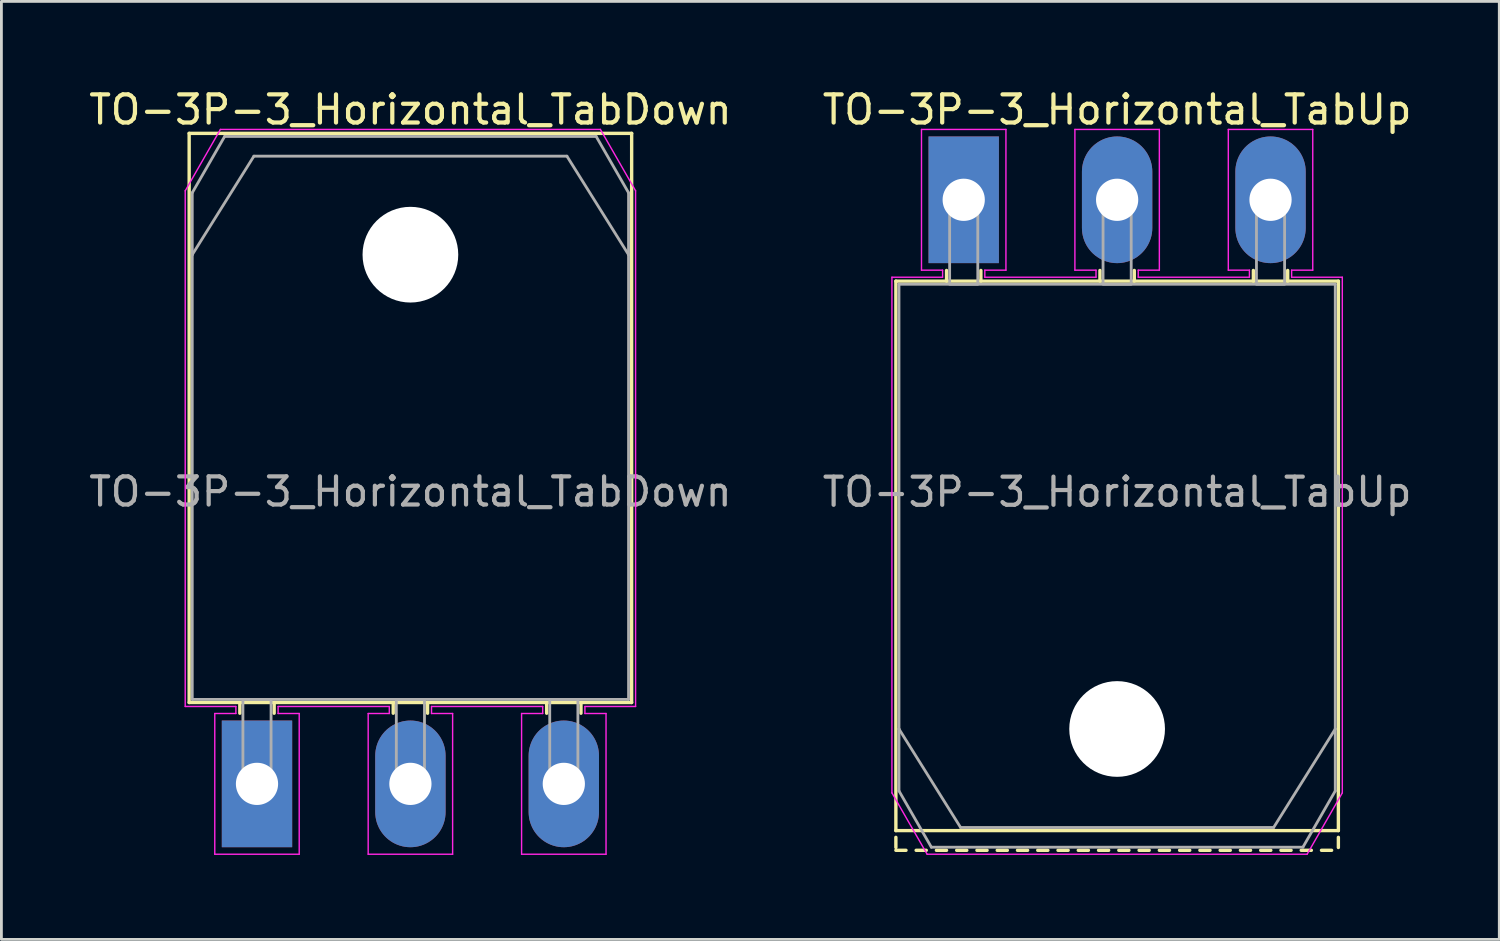
<source format=kicad_pcb>
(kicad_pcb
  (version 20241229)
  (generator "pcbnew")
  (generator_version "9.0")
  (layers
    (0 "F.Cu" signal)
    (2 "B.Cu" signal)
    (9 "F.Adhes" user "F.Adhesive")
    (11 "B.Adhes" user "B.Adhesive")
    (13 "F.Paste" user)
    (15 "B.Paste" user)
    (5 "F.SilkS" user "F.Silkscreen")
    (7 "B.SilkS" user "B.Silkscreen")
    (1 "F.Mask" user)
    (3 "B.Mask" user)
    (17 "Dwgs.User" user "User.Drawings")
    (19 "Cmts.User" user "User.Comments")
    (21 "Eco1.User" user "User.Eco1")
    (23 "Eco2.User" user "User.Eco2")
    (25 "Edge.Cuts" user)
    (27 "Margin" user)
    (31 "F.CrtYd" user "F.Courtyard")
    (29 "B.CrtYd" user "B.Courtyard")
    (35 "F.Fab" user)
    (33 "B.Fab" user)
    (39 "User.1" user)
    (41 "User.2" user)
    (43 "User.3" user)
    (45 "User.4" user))
  (footprint "TO-3P-3_Horizontal_TabUp"
    (layer "F.Cu")
    (at 31.187 4.048)
    (property "Reference" "TO-3P-3_Horizontal_TabUp" (at 5.45 -3.2 0) (layer "F.SilkS") (effects (font (size 1 1) (thickness 0.15))))
    (attr through_hole)
    (fp_line (start -2.41 2.89) (end -2.41 22.41) (stroke (width 0.12) (type solid)) (layer "F.SilkS"))
    (fp_line (start -2.41 2.89) (end 13.31 2.89) (stroke (width 0.12) (type solid)) (layer "F.SilkS"))
    (fp_line (start -2.41 22.41) (end 13.31 22.41) (stroke (width 0.12) (type solid)) (layer "F.SilkS"))
    (fp_line (start -2.41 22.65) (end -2.41 23.01) (stroke (width 0.12) (type solid)) (layer "F.SilkS"))
    (fp_line (start -2.41 23.11) (end -2.05 23.11) (stroke (width 0.12) (type solid)) (layer "F.SilkS"))
    (fp_line (start -1.69 23.11) (end -1.33 23.11) (stroke (width 0.12) (type solid)) (layer "F.SilkS"))
    (fp_line (start -0.97 23.11) (end -0.61 23.11) (stroke (width 0.12) (type solid)) (layer "F.SilkS"))
    (fp_line (start -0.61 2.89) (end -0.61 2.51) (stroke (width 0.12) (type solid)) (layer "F.SilkS"))
    (fp_line (start -0.25 23.11) (end 0.11 23.11) (stroke (width 0.12) (type solid)) (layer "F.SilkS"))
    (fp_line (start 0.47 23.11) (end 0.83 23.11) (stroke (width 0.12) (type solid)) (layer "F.SilkS"))
    (fp_line (start 0.61 2.89) (end 0.61 2.51) (stroke (width 0.12) (type solid)) (layer "F.SilkS"))
    (fp_line (start 1.19 23.11) (end 1.55 23.11) (stroke (width 0.12) (type solid)) (layer "F.SilkS"))
    (fp_line (start 1.91 23.11) (end 2.27 23.11) (stroke (width 0.12) (type solid)) (layer "F.SilkS"))
    (fp_line (start 2.63 23.11) (end 2.99 23.11) (stroke (width 0.12) (type solid)) (layer "F.SilkS"))
    (fp_line (start 3.35 23.11) (end 3.71 23.11) (stroke (width 0.12) (type solid)) (layer "F.SilkS"))
    (fp_line (start 4.07 23.11) (end 4.43 23.11) (stroke (width 0.12) (type solid)) (layer "F.SilkS"))
    (fp_line (start 4.79 23.11) (end 5.15 23.11) (stroke (width 0.12) (type solid)) (layer "F.SilkS"))
    (fp_line (start 4.84 2.89) (end 4.84 2.51) (stroke (width 0.12) (type solid)) (layer "F.SilkS"))
    (fp_line (start 5.51 23.11) (end 5.87 23.11) (stroke (width 0.12) (type solid)) (layer "F.SilkS"))
    (fp_line (start 6.06 2.89) (end 6.06 2.51) (stroke (width 0.12) (type solid)) (layer "F.SilkS"))
    (fp_line (start 6.23 23.11) (end 6.59 23.11) (stroke (width 0.12) (type solid)) (layer "F.SilkS"))
    (fp_line (start 6.95 23.11) (end 7.31 23.11) (stroke (width 0.12) (type solid)) (layer "F.SilkS"))
    (fp_line (start 7.67 23.11) (end 8.03 23.11) (stroke (width 0.12) (type solid)) (layer "F.SilkS"))
    (fp_line (start 8.39 23.11) (end 8.75 23.11) (stroke (width 0.12) (type solid)) (layer "F.SilkS"))
    (fp_line (start 9.11 23.11) (end 9.47 23.11) (stroke (width 0.12) (type solid)) (layer "F.SilkS"))
    (fp_line (start 9.83 23.11) (end 10.19 23.11) (stroke (width 0.12) (type solid)) (layer "F.SilkS"))
    (fp_line (start 10.29 2.89) (end 10.29 2.51) (stroke (width 0.12) (type solid)) (layer "F.SilkS"))
    (fp_line (start 10.55 23.11) (end 10.91 23.11) (stroke (width 0.12) (type solid)) (layer "F.SilkS"))
    (fp_line (start 11.27 23.11) (end 11.63 23.11) (stroke (width 0.12) (type solid)) (layer "F.SilkS"))
    (fp_line (start 11.51 2.89) (end 11.51 2.51) (stroke (width 0.12) (type solid)) (layer "F.SilkS"))
    (fp_line (start 11.99 23.11) (end 12.35 23.11) (stroke (width 0.12) (type solid)) (layer "F.SilkS"))
    (fp_line (start 12.71 23.11) (end 13.07 23.11) (stroke (width 0.12) (type solid)) (layer "F.SilkS"))
    (fp_line (start 13.31 2.89) (end 13.31 22.41) (stroke (width 0.12) (type solid)) (layer "F.SilkS"))
    (fp_line (start 13.31 22.65) (end 13.31 23.01) (stroke (width 0.12) (type solid)) (layer "F.SilkS"))
    (fp_line (start -2.55 2.75) (end -0.75 2.75) (stroke (width 0.05) (type solid)) (layer "F.CrtYd"))
    (fp_line (start -2.55 21.07) (end -2.55 2.75) (stroke (width 0.05) (type solid)) (layer "F.CrtYd"))
    (fp_line (start -1.5 -2.5) (end 1.5 -2.5) (stroke (width 0.05) (type solid)) (layer "F.CrtYd"))
    (fp_line (start -1.5 2.5) (end -1.5 -2.5) (stroke (width 0.05) (type solid)) (layer "F.CrtYd"))
    (fp_line (start -1.3 23.25) (end -2.55 21.07) (stroke (width 0.05) (type solid)) (layer "F.CrtYd"))
    (fp_line (start -0.75 2.5) (end -1.5 2.5) (stroke (width 0.05) (type solid)) (layer "F.CrtYd"))
    (fp_line (start -0.75 2.75) (end -0.75 2.5) (stroke (width 0.05) (type solid)) (layer "F.CrtYd"))
    (fp_line (start 0.75 2.5) (end 0.75 2.75) (stroke (width 0.05) (type solid)) (layer "F.CrtYd"))
    (fp_line (start 0.75 2.75) (end 4.7 2.75) (stroke (width 0.05) (type solid)) (layer "F.CrtYd"))
    (fp_line (start 1.5 -2.5) (end 1.5 2.5) (stroke (width 0.05) (type solid)) (layer "F.CrtYd"))
    (fp_line (start 1.5 2.5) (end 0.75 2.5) (stroke (width 0.05) (type solid)) (layer "F.CrtYd"))
    (fp_line (start 3.95 -2.5) (end 6.95 -2.5) (stroke (width 0.05) (type solid)) (layer "F.CrtYd"))
    (fp_line (start 3.95 2.5) (end 3.95 -2.5) (stroke (width 0.05) (type solid)) (layer "F.CrtYd"))
    (fp_line (start 4.7 2.5) (end 3.95 2.5) (stroke (width 0.05) (type solid)) (layer "F.CrtYd"))
    (fp_line (start 4.7 2.75) (end 4.7 2.5) (stroke (width 0.05) (type solid)) (layer "F.CrtYd"))
    (fp_line (start 6.2 2.5) (end 6.2 2.75) (stroke (width 0.05) (type solid)) (layer "F.CrtYd"))
    (fp_line (start 6.2 2.75) (end 10.15 2.75) (stroke (width 0.05) (type solid)) (layer "F.CrtYd"))
    (fp_line (start 6.95 -2.5) (end 6.95 2.5) (stroke (width 0.05) (type solid)) (layer "F.CrtYd"))
    (fp_line (start 6.95 2.5) (end 6.2 2.5) (stroke (width 0.05) (type solid)) (layer "F.CrtYd"))
    (fp_line (start 9.4 -2.5) (end 12.4 -2.5) (stroke (width 0.05) (type solid)) (layer "F.CrtYd"))
    (fp_line (start 9.4 2.5) (end 9.4 -2.5) (stroke (width 0.05) (type solid)) (layer "F.CrtYd"))
    (fp_line (start 10.15 2.5) (end 9.4 2.5) (stroke (width 0.05) (type solid)) (layer "F.CrtYd"))
    (fp_line (start 10.15 2.75) (end 10.15 2.5) (stroke (width 0.05) (type solid)) (layer "F.CrtYd"))
    (fp_line (start 11.65 2.5) (end 11.65 2.75) (stroke (width 0.05) (type solid)) (layer "F.CrtYd"))
    (fp_line (start 11.65 2.75) (end 13.45 2.75) (stroke (width 0.05) (type solid)) (layer "F.CrtYd"))
    (fp_line (start 12.2 23.25) (end -1.3 23.25) (stroke (width 0.05) (type solid)) (layer "F.CrtYd"))
    (fp_line (start 12.4 -2.5) (end 12.4 2.5) (stroke (width 0.05) (type solid)) (layer "F.CrtYd"))
    (fp_line (start 12.4 2.5) (end 11.65 2.5) (stroke (width 0.05) (type solid)) (layer "F.CrtYd"))
    (fp_line (start 13.45 2.75) (end 13.45 21.07) (stroke (width 0.05) (type solid)) (layer "F.CrtYd"))
    (fp_line (start 13.45 21.07) (end 12.2 23.25) (stroke (width 0.05) (type solid)) (layer "F.CrtYd"))
    (fp_line (start -2.3 3) (end -2.3 18.8) (stroke (width 0.1) (type solid)) (layer "F.Fab"))
    (fp_line (start -2.3 18.8) (end -2.3 21) (stroke (width 0.1) (type solid)) (layer "F.Fab"))
    (fp_line (start -2.3 18.8) (end -0.11 22.3) (stroke (width 0.1) (type solid)) (layer "F.Fab"))
    (fp_line (start -2.3 21) (end -1.15 23) (stroke (width 0.1) (type solid)) (layer "F.Fab"))
    (fp_line (start -1.15 23) (end 12.05 23) (stroke (width 0.1) (type solid)) (layer "F.Fab"))
    (fp_line (start -0.11 22.3) (end 11.01 22.3) (stroke (width 0.1) (type solid)) (layer "F.Fab"))
    (fp_line (start 11.01 22.3) (end 13.2 18.8) (stroke (width 0.1) (type solid)) (layer "F.Fab"))
    (fp_line (start 12.05 23) (end 13.2 21) (stroke (width 0.1) (type solid)) (layer "F.Fab"))
    (fp_line (start 13.2 3) (end -2.3 3) (stroke (width 0.1) (type solid)) (layer "F.Fab"))
    (fp_line (start 13.2 18.8) (end 13.2 3) (stroke (width 0.1) (type solid)) (layer "F.Fab"))
    (fp_line (start 13.2 21) (end 13.2 18.8) (stroke (width 0.1) (type solid)) (layer "F.Fab"))
    (fp_rect (start -0.5 0) (end 0.5 3) (stroke (width 0.1) (type solid)) (fill no) (layer "F.Fab"))
    (fp_rect (start 4.95 0) (end 5.95 3) (stroke (width 0.1) (type solid)) (fill no) (layer "F.Fab"))
    (fp_rect (start 10.4 0) (end 11.4 3) (stroke (width 0.1) (type solid)) (fill no) (layer "F.Fab"))
    (fp_circle (center 5.45 18.8) (end 7.05 18.8) (stroke (width 0.1) (type solid)) (fill no) (layer "F.Fab"))
    (fp_text user "${REFERENCE}" (at 5.45 10.38 0) (layer "F.Fab") (effects (font (size 1 1) (thickness 0.15))))
    (pad "" np_thru_hole circle (at 5.45 18.8) (size 3.4 3.4) (drill 3.4) (layers "*.Cu" "*.Mask"))
    (pad "1" thru_hole rect (at 0 0) (size 2.5 4.5) (drill 1.5) (layers "*.Cu" "*.Mask"))
    (pad "2" thru_hole oval (at 5.45 0) (size 2.5 4.5) (drill 1.5) (layers "*.Cu" "*.Mask"))
    (pad "3" thru_hole oval (at 10.9 0) (size 2.5 4.5) (drill 1.5) (layers "*.Cu" "*.Mask")))
  (footprint "TO-3P-3_Horizontal_TabDown"
    (layer "F.Cu")
    (at 6.08 24.798)
    (property "Reference" "TO-3P-3_Horizontal_TabDown" (at 5.45 -23.95 0) (layer "F.SilkS") (effects (font (size 1 1) (thickness 0.15))))
    (attr through_hole)
    (fp_line (start -2.41 -23.11) (end 13.31 -23.11) (stroke (width 0.12) (type solid)) (layer "F.SilkS"))
    (fp_line (start -2.41 -2.89) (end -2.41 -23.11) (stroke (width 0.12) (type solid)) (layer "F.SilkS"))
    (fp_line (start -2.41 -2.89) (end 13.31 -2.89) (stroke (width 0.12) (type solid)) (layer "F.SilkS"))
    (fp_line (start -0.61 -2.89) (end -0.61 -2.51) (stroke (width 0.12) (type solid)) (layer "F.SilkS"))
    (fp_line (start 0.61 -2.89) (end 0.61 -2.51) (stroke (width 0.12) (type solid)) (layer "F.SilkS"))
    (fp_line (start 4.84 -2.89) (end 4.84 -2.51) (stroke (width 0.12) (type solid)) (layer "F.SilkS"))
    (fp_line (start 6.06 -2.89) (end 6.06 -2.51) (stroke (width 0.12) (type solid)) (layer "F.SilkS"))
    (fp_line (start 10.29 -2.89) (end 10.29 -2.51) (stroke (width 0.12) (type solid)) (layer "F.SilkS"))
    (fp_line (start 11.51 -2.89) (end 11.51 -2.51) (stroke (width 0.12) (type solid)) (layer "F.SilkS"))
    (fp_line (start 13.31 -2.89) (end 13.31 -23.11) (stroke (width 0.12) (type solid)) (layer "F.SilkS"))
    (fp_line (start -2.55 -21.07) (end -1.3 -23.25) (stroke (width 0.05) (type solid)) (layer "F.CrtYd"))
    (fp_line (start -2.55 -2.75) (end -2.55 -21.07) (stroke (width 0.05) (type solid)) (layer "F.CrtYd"))
    (fp_line (start -1.5 -2.5) (end -0.75 -2.5) (stroke (width 0.05) (type solid)) (layer "F.CrtYd"))
    (fp_line (start -1.5 2.5) (end -1.5 -2.5) (stroke (width 0.05) (type solid)) (layer "F.CrtYd"))
    (fp_line (start -1.3 -23.25) (end 12.2 -23.25) (stroke (width 0.05) (type solid)) (layer "F.CrtYd"))
    (fp_line (start -0.75 -2.75) (end -2.55 -2.75) (stroke (width 0.05) (type solid)) (layer "F.CrtYd"))
    (fp_line (start -0.75 -2.5) (end -0.75 -2.75) (stroke (width 0.05) (type solid)) (layer "F.CrtYd"))
    (fp_line (start 0.75 -2.75) (end 0.75 -2.5) (stroke (width 0.05) (type solid)) (layer "F.CrtYd"))
    (fp_line (start 0.75 -2.5) (end 1.5 -2.5) (stroke (width 0.05) (type solid)) (layer "F.CrtYd"))
    (fp_line (start 1.5 -2.5) (end 1.5 2.5) (stroke (width 0.05) (type solid)) (layer "F.CrtYd"))
    (fp_line (start 1.5 2.5) (end -1.5 2.5) (stroke (width 0.05) (type solid)) (layer "F.CrtYd"))
    (fp_line (start 3.95 -2.5) (end 4.7 -2.5) (stroke (width 0.05) (type solid)) (layer "F.CrtYd"))
    (fp_line (start 3.95 2.5) (end 3.95 -2.5) (stroke (width 0.05) (type solid)) (layer "F.CrtYd"))
    (fp_line (start 4.7 -2.75) (end 0.75 -2.75) (stroke (width 0.05) (type solid)) (layer "F.CrtYd"))
    (fp_line (start 4.7 -2.5) (end 4.7 -2.75) (stroke (width 0.05) (type solid)) (layer "F.CrtYd"))
    (fp_line (start 6.2 -2.75) (end 6.2 -2.5) (stroke (width 0.05) (type solid)) (layer "F.CrtYd"))
    (fp_line (start 6.2 -2.5) (end 6.95 -2.5) (stroke (width 0.05) (type solid)) (layer "F.CrtYd"))
    (fp_line (start 6.95 -2.5) (end 6.95 2.5) (stroke (width 0.05) (type solid)) (layer "F.CrtYd"))
    (fp_line (start 6.95 2.5) (end 3.95 2.5) (stroke (width 0.05) (type solid)) (layer "F.CrtYd"))
    (fp_line (start 9.4 -2.5) (end 10.15 -2.5) (stroke (width 0.05) (type solid)) (layer "F.CrtYd"))
    (fp_line (start 9.4 2.5) (end 9.4 -2.5) (stroke (width 0.05) (type solid)) (layer "F.CrtYd"))
    (fp_line (start 10.15 -2.75) (end 6.2 -2.75) (stroke (width 0.05) (type solid)) (layer "F.CrtYd"))
    (fp_line (start 10.15 -2.5) (end 10.15 -2.75) (stroke (width 0.05) (type solid)) (layer "F.CrtYd"))
    (fp_line (start 11.65 -2.75) (end 11.65 -2.5) (stroke (width 0.05) (type solid)) (layer "F.CrtYd"))
    (fp_line (start 11.65 -2.5) (end 12.4 -2.5) (stroke (width 0.05) (type solid)) (layer "F.CrtYd"))
    (fp_line (start 12.2 -23.25) (end 13.45 -21.07) (stroke (width 0.05) (type solid)) (layer "F.CrtYd"))
    (fp_line (start 12.4 -2.5) (end 12.4 2.5) (stroke (width 0.05) (type solid)) (layer "F.CrtYd"))
    (fp_line (start 12.4 2.5) (end 9.4 2.5) (stroke (width 0.05) (type solid)) (layer "F.CrtYd"))
    (fp_line (start 13.45 -21.07) (end 13.45 -2.75) (stroke (width 0.05) (type solid)) (layer "F.CrtYd"))
    (fp_line (start 13.45 -2.75) (end 11.65 -2.75) (stroke (width 0.05) (type solid)) (layer "F.CrtYd"))
    (fp_line (start -2.3 -21) (end -1.15 -23) (stroke (width 0.1) (type solid)) (layer "F.Fab"))
    (fp_line (start -2.3 -18.8) (end -2.3 -21) (stroke (width 0.1) (type solid)) (layer "F.Fab"))
    (fp_line (start -2.3 -18.8) (end -0.11 -22.3) (stroke (width 0.1) (type solid)) (layer "F.Fab"))
    (fp_line (start -2.3 -3) (end -2.3 -18.8) (stroke (width 0.1) (type solid)) (layer "F.Fab"))
    (fp_line (start -1.15 -23) (end 12.05 -23) (stroke (width 0.1) (type solid)) (layer "F.Fab"))
    (fp_line (start -0.11 -22.3) (end 11.01 -22.3) (stroke (width 0.1) (type solid)) (layer "F.Fab"))
    (fp_line (start 11.01 -22.3) (end 13.2 -18.8) (stroke (width 0.1) (type solid)) (layer "F.Fab"))
    (fp_line (start 12.05 -23) (end 13.2 -21) (stroke (width 0.1) (type solid)) (layer "F.Fab"))
    (fp_line (start 13.2 -21) (end 13.2 -18.8) (stroke (width 0.1) (type solid)) (layer "F.Fab"))
    (fp_line (start 13.2 -18.8) (end 13.2 -3) (stroke (width 0.1) (type solid)) (layer "F.Fab"))
    (fp_line (start 13.2 -3) (end -2.3 -3) (stroke (width 0.1) (type solid)) (layer "F.Fab"))
    (fp_rect (start -0.5 -3) (end 0.5 0) (stroke (width 0.1) (type solid)) (fill no) (layer "F.Fab"))
    (fp_rect (start 4.95 -3) (end 5.95 0) (stroke (width 0.1) (type solid)) (fill no) (layer "F.Fab"))
    (fp_rect (start 10.4 -3) (end 11.4 0) (stroke (width 0.1) (type solid)) (fill no) (layer "F.Fab"))
    (fp_circle (center 5.45 -18.8) (end 7.05 -18.8) (stroke (width 0.1) (type solid)) (fill no) (layer "F.Fab"))
    (fp_text user "${REFERENCE}" (at 5.45 -10.38 0) (layer "F.Fab") (effects (font (size 1 1) (thickness 0.15))))
    (pad "" np_thru_hole circle (at 5.45 -18.8) (size 3.4 3.4) (drill 3.4) (layers "*.Cu" "*.Mask"))
    (pad "1" thru_hole rect (at 0 0) (size 2.5 4.5) (drill 1.5) (layers "*.Cu" "*.Mask"))
    (pad "2" thru_hole oval (at 5.45 0) (size 2.5 4.5) (drill 1.5) (layers "*.Cu" "*.Mask"))
    (pad "3" thru_hole oval (at 10.9 0) (size 2.5 4.5) (drill 1.5) (layers "*.Cu" "*.Mask")))
  (gr_rect
    (start -3 -3)
    (end 50.214 30.323)
    (stroke (width 0.1) (type default))
    (fill no)
    (layer "Edge.Cuts")))
</source>
